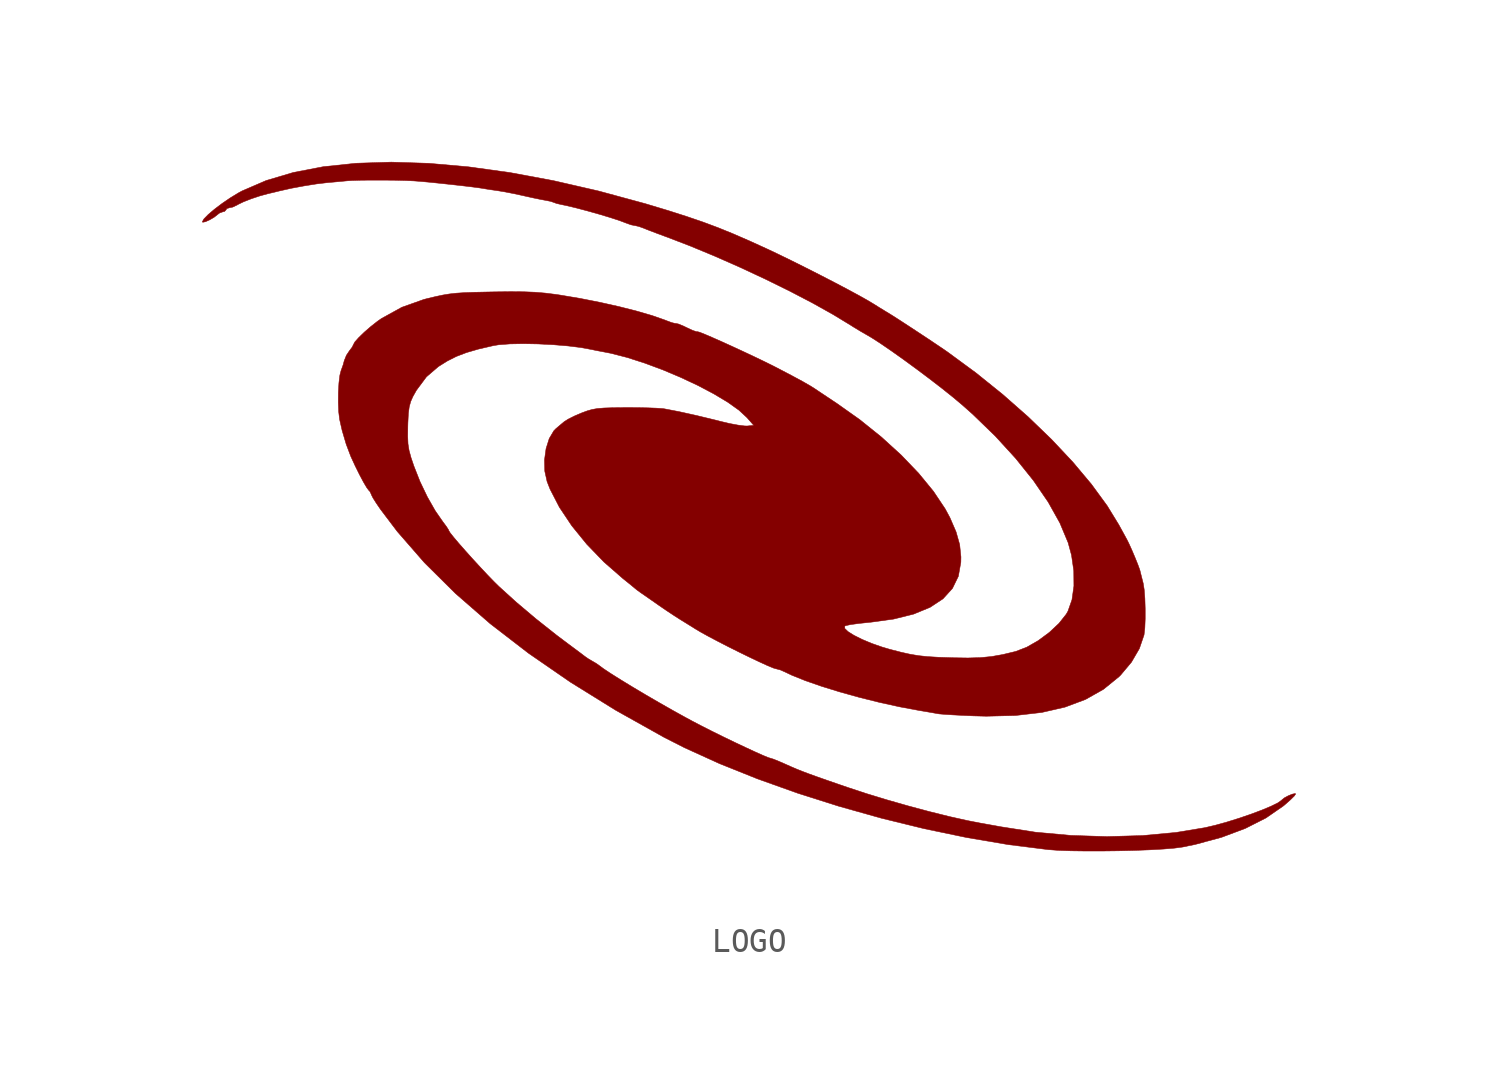
<source format=kicad_sym>
(kicad_symbol_lib
  (version 20220914)
  (generator "bitmap2component")
  (generator_version "9.0")
  (symbol "LOGO"
    (pin_names
      (offset 1.016))
    (property "Reference" "#G"
      (at 0 28.787 0)
      (effects (font (size 1.27 1.27)) hide))
    (symbol "LOGO_0_0"
      (polyline (pts (xy 15.679 -14.396) (xy 16.374 -14.379) (xy 17.026 -14.354) (xy 17.606 -14.321) (xy 18.08 -14.282) (xy 18.416 -14.237) (xy 18.963 -14.125) (xy 20.086 -13.821) (xy 21.096 -13.443) (xy 21.976 -12.997) (xy 22.712 -12.489) (xy 22.783 -12.43) (xy 23.016 -12.225) (xy 23.18 -12.063) (xy 23.241 -11.974) (xy 23.219 -11.957) (xy 23.098 -11.982) (xy 22.924 -12.052) (xy 22.755 -12.144) (xy 22.648 -12.232) (xy 22.639 -12.243) (xy 22.481 -12.355) (xy 22.192 -12.497) (xy 21.803 -12.66) (xy 21.342 -12.833) (xy 20.84 -13.005) (xy 20.325 -13.166) (xy 19.828 -13.304) (xy 19.378 -13.41) (xy 18.144 -13.614) (xy 16.706 -13.747) (xy 15.202 -13.79) (xy 13.671 -13.741) (xy 12.153 -13.602) (xy 10.689 -13.373) (xy 10.651 -13.366) (xy 10.442 -13.328) (xy 10.135 -13.273) (xy 9.782 -13.21) (xy 9.269 -13.11) (xy 8.498 -12.938) (xy 7.64 -12.725) (xy 6.736 -12.483) (xy 5.826 -12.223) (xy 4.95 -11.956) (xy 4.149 -11.692) (xy 3.821 -11.579) (xy 3.266 -11.387) (xy 2.831 -11.234) (xy 2.491 -11.111) (xy 2.218 -11.008) (xy 1.986 -10.915) (xy 1.768 -10.822) (xy 1.537 -10.719) (xy 1.493 -10.699) (xy 1.21 -10.576) (xy 0.992 -10.489) (xy 0.883 -10.456) (xy 0.772 -10.422) (xy 0.535 -10.324) (xy 0.198 -10.173) (xy -0.213 -9.983) (xy -0.671 -9.766) (xy -1.151 -9.534) (xy -1.625 -9.3) (xy -2.069 -9.075) (xy -2.455 -8.873) (xy -2.726 -8.727) (xy -3.284 -8.418) (xy -3.864 -8.088) (xy -4.442 -7.752) (xy -4.992 -7.425) (xy -5.492 -7.12) (xy -5.916 -6.854) (xy -6.24 -6.639) (xy -6.44 -6.491) (xy -6.545 -6.417) (xy -6.731 -6.308) (xy -6.881 -6.221) (xy -7.022 -6.124) (xy -7.052 -6.101) (xy -7.204 -5.985) (xy -7.441 -5.808) (xy -7.724 -5.598) (xy -8.236 -5.213) (xy -9.118 -4.514) (xy -9.956 -3.806) (xy -10.697 -3.134) (xy -10.905 -2.929) (xy -11.182 -2.643) (xy -11.491 -2.313) (xy -11.811 -1.965) (xy -12.12 -1.621) (xy -12.398 -1.305) (xy -12.622 -1.04) (xy -12.772 -0.851) (xy -12.827 -0.761) (xy -12.842 -0.722) (xy -12.936 -0.576) (xy -13.086 -0.375) (xy -13.405 0.085) (xy -13.741 0.675) (xy -14.054 1.328) (xy -14.315 1.99) (xy -14.438 2.352) (xy -14.521 2.658) (xy -14.566 2.938) (xy -14.58 3.259) (xy -14.575 3.683) (xy -14.571 3.834) (xy -14.551 4.229) (xy -14.513 4.516) (xy -14.451 4.741) (xy -14.357 4.953) (xy -14.208 5.218) (xy -13.78 5.792) (xy -13.271 6.229) (xy -12.893 6.465) (xy -12.505 6.661) (xy -12.075 6.825) (xy -11.562 6.974) (xy -10.922 7.122) (xy -10.691 7.159) (xy -10.223 7.194) (xy -9.656 7.205) (xy -9.028 7.193) (xy -8.382 7.16) (xy -7.756 7.108) (xy -7.192 7.038) (xy -6.731 6.952) (xy -6.569 6.917) (xy -6.308 6.868) (xy -5.921 6.793) (xy -5.224 6.614) (xy -4.479 6.374) (xy -3.71 6.088) (xy -2.947 5.766) (xy -2.214 5.422) (xy -1.54 5.066) (xy -0.95 4.713) (xy -0.471 4.372) (xy -0.131 4.057) (xy 0.161 3.725) (xy -0.116 3.698) (xy -0.228 3.7) (xy -0.505 3.735) (xy -0.864 3.802) (xy -1.255 3.894) (xy -1.482 3.952) (xy -2.275 4.144) (xy -3.012 4.307) (xy -3.641 4.428) (xy -3.712 4.438) (xy -3.978 4.457) (xy -4.357 4.471) (xy -4.808 4.48) (xy -5.292 4.481) (xy -5.346 4.481) (xy -5.846 4.476) (xy -6.218 4.464) (xy -6.498 4.441) (xy -6.725 4.401) (xy -6.935 4.341) (xy -7.166 4.256) (xy -7.468 4.127) (xy -7.741 3.991) (xy -7.914 3.881) (xy -8.068 3.752) (xy -8.259 3.591) (xy -8.354 3.495) (xy -8.551 3.163) (xy -8.686 2.734) (xy -8.752 2.255) (xy -8.74 1.772) (xy -8.643 1.333) (xy -8.515 1.007) (xy -8.117 0.236) (xy -7.589 -0.554) (xy -6.95 -1.34) (xy -6.22 -2.095) (xy -5.419 -2.795) (xy -5.213 -2.96) (xy -5.014 -3.122) (xy -4.9 -3.217) (xy -4.818 -3.284) (xy -4.646 -3.409) (xy -4.623 -3.424) (xy -4.455 -3.54) (xy -4.204 -3.715) (xy -3.915 -3.917) (xy -3.891 -3.934) (xy -3.554 -4.165) (xy -3.214 -4.39) (xy -2.942 -4.563) (xy -2.789 -4.657) (xy -2.524 -4.821) (xy -2.328 -4.944) (xy -2.098 -5.081) (xy -1.765 -5.265) (xy -1.361 -5.478) (xy -0.916 -5.707) (xy -0.455 -5.937) (xy -0.006 -6.156) (xy 0.403 -6.35) (xy 0.744 -6.506) (xy 0.991 -6.609) (xy 1.115 -6.646) (xy 1.125 -6.647) (xy 1.288 -6.69) (xy 1.502 -6.784) (xy 1.774 -6.914) (xy 2.349 -7.146) (xy 3.042 -7.387) (xy 3.822 -7.628) (xy 4.659 -7.861) (xy 5.521 -8.076) (xy 6.377 -8.264) (xy 7.197 -8.417) (xy 7.518 -8.471) (xy 7.811 -8.522) (xy 8.001 -8.556) (xy 8.059 -8.565) (xy 8.286 -8.584) (xy 8.63 -8.606) (xy 9.055 -8.628) (xy 9.526 -8.649) (xy 10.065 -8.663) (xy 11.311 -8.632) (xy 12.427 -8.503) (xy 13.417 -8.276) (xy 14.29 -7.949) (xy 15.053 -7.519) (xy 15.711 -6.985) (xy 15.788 -6.909) (xy 16.246 -6.363) (xy 16.584 -5.783) (xy 16.781 -5.207) (xy 16.784 -5.191) (xy 16.816 -4.909) (xy 16.832 -4.52) (xy 16.832 -4.08) (xy 16.818 -3.645) (xy 16.789 -3.268) (xy 16.748 -3.006) (xy 16.722 -2.904) (xy 16.655 -2.64) (xy 16.609 -2.455) (xy 16.595 -2.41) (xy 16.519 -2.202) (xy 16.404 -1.917) (xy 16.273 -1.608) (xy 16.149 -1.332) (xy 16.056 -1.143) (xy 15.986 -1.015) (xy 15.86 -0.785) (xy 15.708 -0.508) (xy 15.212 0.302) (xy 14.544 1.215) (xy 13.75 2.162) (xy 12.844 3.126) (xy 11.843 4.092) (xy 10.763 5.043) (xy 9.618 5.965) (xy 8.424 6.842) (xy 8.27 6.949) (xy 7.953 7.163) (xy 7.572 7.418) (xy 7.16 7.69) (xy 6.752 7.958) (xy 6.382 8.199) (xy 6.084 8.39) (xy 5.892 8.509) (xy 5.803 8.562) (xy 5.509 8.742) (xy 5.255 8.901) (xy 5.006 9.05) (xy 4.623 9.265) (xy 4.141 9.525) (xy 3.588 9.816) (xy 2.991 10.124) (xy 2.378 10.435) (xy 1.777 10.735) (xy 1.215 11.009) (xy 0.72 11.243) (xy 0.013 11.565) (xy -0.7 11.876) (xy -1.356 12.143) (xy -2.004 12.385) (xy -2.693 12.62) (xy -3.474 12.87) (xy -4.468 13.169) (xy -6.447 13.706) (xy -8.366 14.146) (xy -10.216 14.49) (xy -11.989 14.736) (xy -13.679 14.885) (xy -15.278 14.936) (xy -16.777 14.888) (xy -18.171 14.742) (xy -19.45 14.496) (xy -20.608 14.152) (xy -21.636 13.708) (xy -21.787 13.626) (xy -22.133 13.415) (xy -22.483 13.176) (xy -22.807 12.931) (xy -23.075 12.704) (xy -23.258 12.517) (xy -23.326 12.395) (xy -23.307 12.375) (xy -23.19 12.399) (xy -23.011 12.479) (xy -22.82 12.591) (xy -22.668 12.711) (xy -22.59 12.771) (xy -22.431 12.827) (xy -22.378 12.836) (xy -22.31 12.912) (xy -22.286 12.957) (xy -22.159 12.996) (xy -22.037 13.019) (xy -21.842 13.11) (xy -21.808 13.132) (xy -21.572 13.246) (xy -21.242 13.375) (xy -20.876 13.497) (xy -20.532 13.591) (xy -20.527 13.592) (xy -20.258 13.655) (xy -20.024 13.713) (xy -20.008 13.716) (xy -19.532 13.823) (xy -18.988 13.924) (xy -18.454 14.009) (xy -18.006 14.062) (xy -17.722 14.087) (xy -17.389 14.118) (xy -17.145 14.141) (xy -16.957 14.153) (xy -16.591 14.165) (xy -16.134 14.17) (xy -15.632 14.17) (xy -15.131 14.165) (xy -14.675 14.153) (xy -14.309 14.136) (xy -14.059 14.117) (xy -13.676 14.082) (xy -13.226 14.036) (xy -12.748 13.985) (xy -12.282 13.933) (xy -11.867 13.884) (xy -11.541 13.841) (xy -11.345 13.811) (xy -11.274 13.798) (xy -11.04 13.761) (xy -10.757 13.721) (xy -10.732 13.717) (xy -10.427 13.666) (xy -10.043 13.591) (xy -9.657 13.507) (xy -9.588 13.491) (xy -9.231 13.412) (xy -8.916 13.347) (xy -8.705 13.308) (xy -8.701 13.307) (xy -8.49 13.265) (xy -8.359 13.22) (xy -8.24 13.176) (xy -8.036 13.129) (xy -7.793 13.079) (xy -7.383 12.98) (xy -6.911 12.855) (xy -6.422 12.717) (xy -5.962 12.579) (xy -5.576 12.454) (xy -5.31 12.354) (xy -5.287 12.344) (xy -5.067 12.266) (xy -4.911 12.234) (xy -4.9 12.234) (xy -4.733 12.196) (xy -4.511 12.116) (xy -4.494 12.108) (xy -4.263 12.016) (xy -3.943 11.895) (xy -3.598 11.767) (xy -3.543 11.747) (xy -2.549 11.366) (xy -1.498 10.93) (xy -0.419 10.454) (xy 0.655 9.953) (xy 1.693 9.442) (xy 2.663 8.936) (xy 3.534 8.449) (xy 4.276 7.998) (xy 4.397 7.921) (xy 4.707 7.733) (xy 4.979 7.576) (xy 5.176 7.461) (xy 5.559 7.214) (xy 6.026 6.894) (xy 6.551 6.521) (xy 7.104 6.116) (xy 7.658 5.7) (xy 8.186 5.293) (xy 8.66 4.914) (xy 9.051 4.585) (xy 9.487 4.197) (xy 10.452 3.262) (xy 11.317 2.316) (xy 12.071 1.376) (xy 12.702 0.455) (xy 13.198 -0.432) (xy 13.549 -1.27) (xy 13.694 -1.803) (xy 13.79 -2.469) (xy 13.796 -3.117) (xy 13.713 -3.705) (xy 13.542 -4.191) (xy 13.468 -4.32) (xy 13.161 -4.707) (xy 12.749 -5.093) (xy 12.277 -5.443) (xy 11.788 -5.723) (xy 11.326 -5.901) (xy 11.293 -5.91) (xy 10.768 -6.036) (xy 10.296 -6.12) (xy 9.819 -6.167) (xy 9.284 -6.183) (xy 8.636 -6.173) (xy 8.594 -6.172) (xy 8.021 -6.152) (xy 7.566 -6.125) (xy 7.18 -6.084) (xy 6.816 -6.023) (xy 6.426 -5.936) (xy 5.961 -5.816) (xy 5.619 -5.715) (xy 5.174 -5.559) (xy 4.769 -5.389) (xy 4.428 -5.218) (xy 4.175 -5.06) (xy 4.036 -4.926) (xy 4.033 -4.828) (xy 4.079 -4.806) (xy 4.28 -4.761) (xy 4.641 -4.712) (xy 5.165 -4.657) (xy 6.113 -4.527) (xy 6.966 -4.315) (xy 7.668 -4.027) (xy 8.22 -3.663) (xy 8.622 -3.221) (xy 8.875 -2.702) (xy 8.98 -2.106) (xy 8.984 -1.877) (xy 8.93 -1.353) (xy 8.777 -0.812) (xy 8.514 -0.204) (xy 8.31 0.174) (xy 7.815 0.914) (xy 7.186 1.681) (xy 6.442 2.458) (xy 5.6 3.225) (xy 4.677 3.967) (xy 3.691 4.665) (xy 3.489 4.799) (xy 3.171 5.011) (xy 2.91 5.185) (xy 2.747 5.294) (xy 2.588 5.395) (xy 2.251 5.589) (xy 1.775 5.846) (xy 1.152 6.172) (xy 0.959 6.271) (xy 0.575 6.46) (xy 0.14 6.669) (xy -0.323 6.886) (xy -0.786 7.1) (xy -1.225 7.299) (xy -1.614 7.471) (xy -1.927 7.605) (xy -2.138 7.689) (xy -2.223 7.712) (xy -2.274 7.713) (xy -2.442 7.77) (xy -2.676 7.878) (xy -2.843 7.959) (xy -3.047 8.042) (xy -3.154 8.065) (xy -3.182 8.064) (xy -3.336 8.102) (xy -3.558 8.184) (xy -3.638 8.216) (xy -4.164 8.4) (xy -4.82 8.591) (xy -5.573 8.782) (xy -6.391 8.965) (xy -7.24 9.132) (xy -8.09 9.275) (xy -8.285 9.304) (xy -8.726 9.359) (xy -9.159 9.395) (xy -9.628 9.414) (xy -10.178 9.419) (xy -10.852 9.411) (xy -11.215 9.404) (xy -11.754 9.392) (xy -12.177 9.376) (xy -12.516 9.354) (xy -12.806 9.321) (xy -13.08 9.276) (xy -13.372 9.214) (xy -13.716 9.133) (xy -13.894 9.087) (xy -14.829 8.754) (xy -15.7 8.273) (xy -15.871 8.153) (xy -16.152 7.932) (xy -16.427 7.693) (xy -16.663 7.465) (xy -16.829 7.279) (xy -16.891 7.164) (xy -16.942 7.058) (xy -17.063 6.898) (xy -17.189 6.709) (xy -17.28 6.483) (xy -17.327 6.307) (xy -17.418 6.054) (xy -17.468 5.861) (xy -17.508 5.532) (xy -17.531 5.129) (xy -17.535 4.703) (xy -17.518 4.303) (xy -17.479 3.979) (xy -17.372 3.507) (xy -17.2 2.926) (xy -17.006 2.413) (xy -16.99 2.377) (xy -16.818 2.003) (xy -16.637 1.637) (xy -16.467 1.317) (xy -16.326 1.077) (xy -16.235 0.956) (xy -16.187 0.907) (xy -16.129 0.784) (xy -16.125 0.767) (xy -16.056 0.631) (xy -15.916 0.409) (xy -15.73 0.138) (xy -15.023 -0.796) (xy -13.864 -2.126) (xy -12.543 -3.436) (xy -11.065 -4.723) (xy -9.433 -5.981) (xy -7.652 -7.21) (xy -5.726 -8.405) (xy -3.658 -9.563) (xy -2.782 -10.008) (xy -1.296 -10.683) (xy 0.312 -11.328) (xy 2.017 -11.937) (xy 3.789 -12.499) (xy 5.601 -13.008) (xy 7.426 -13.455) (xy 9.236 -13.832) (xy 11.003 -14.132) (xy 12.7 -14.345) (xy 13.121 -14.376) (xy 13.664 -14.396) (xy 14.292 -14.405) (xy 14.975 -14.405) (xy 15.679 -14.396)) (stroke (width 0.01) (type default)) (fill (type outline))))))
</source>
